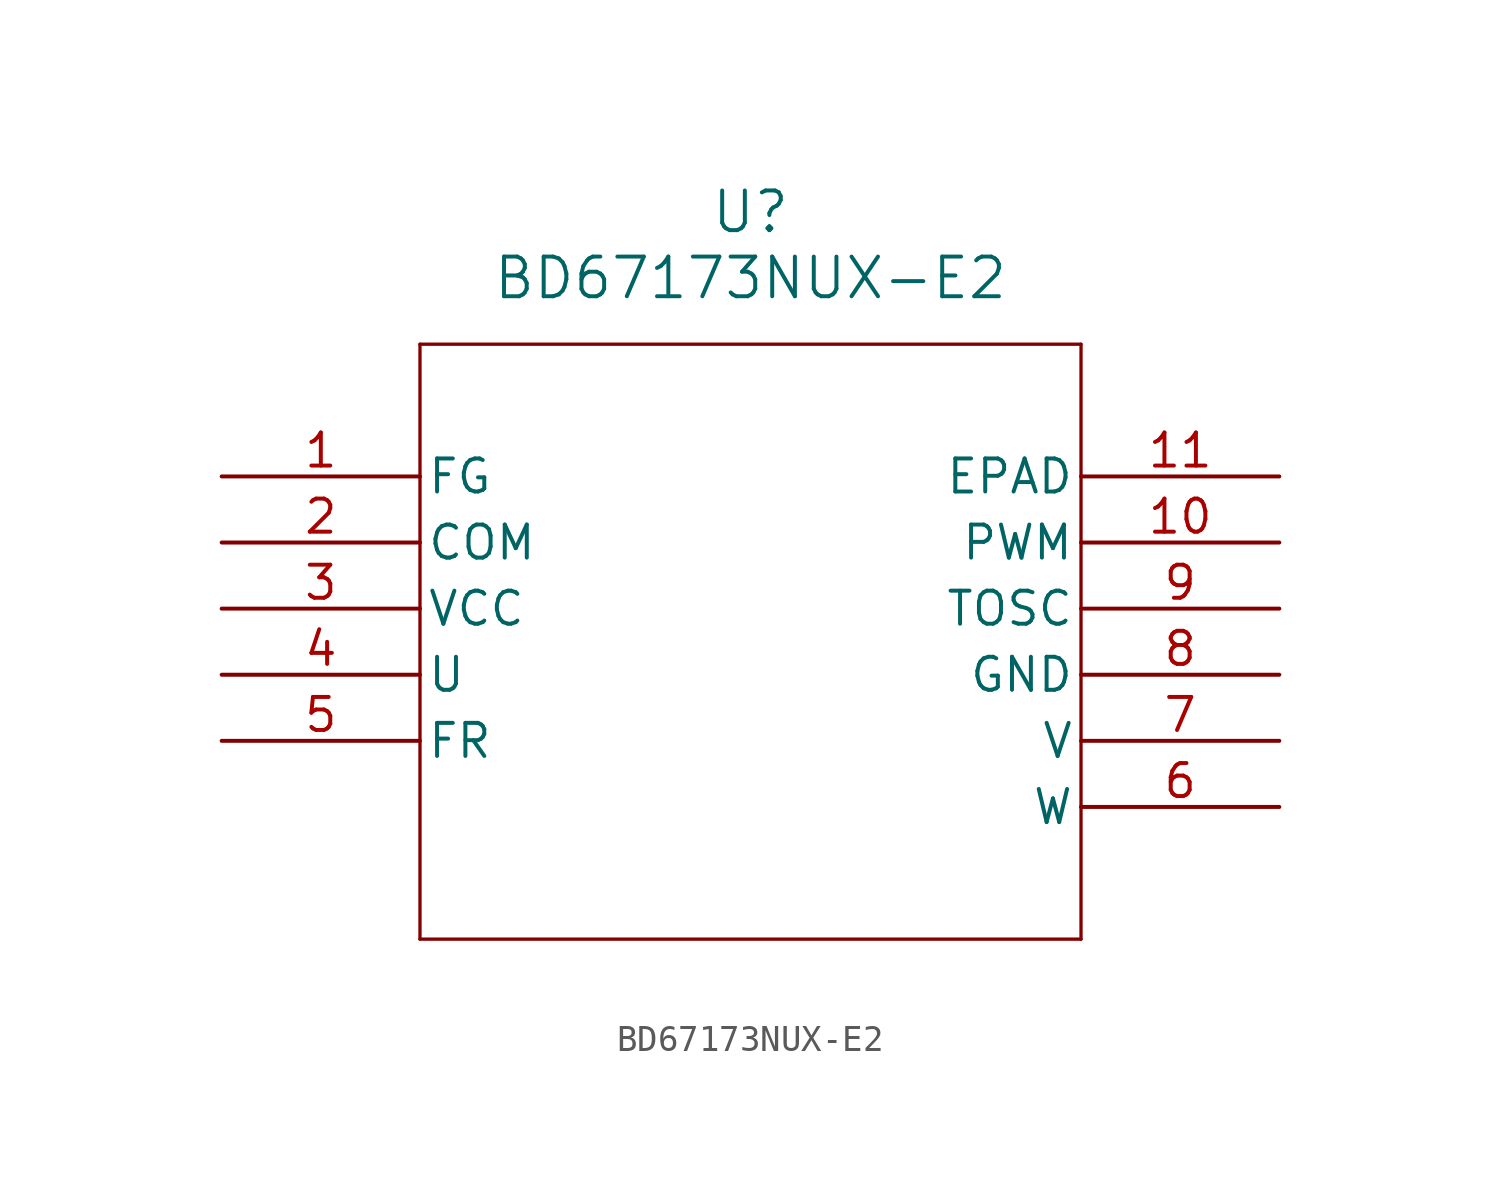
<source format=kicad_sym>
(kicad_symbol_lib
  (version 20211014)
  (generator kicad_symbol_editor)
  (symbol "BD67173NUX-E2"
    (pin_names
      (offset 0.254))
    (property "Reference" "U"
      (at 20.32 10.16 0)
      (effects (font (size 1.524 1.524))))
    (property "Value" "BD67173NUX-E2"
      (at 20.32 7.62 0)
      (effects (font (size 1.524 1.524))))
    (symbol "BD67173NUX-E2_0_1"
      (polyline (pts (xy 7.62 5.08) (xy 7.62 -17.78)) (stroke (width 0.127) (type default) (color 0 0 0 0)) (fill (type none)))
      (polyline (pts (xy 7.62 -17.78) (xy 33.02 -17.78)) (stroke (width 0.127) (type default) (color 0 0 0 0)) (fill (type none)))
      (polyline (pts (xy 33.02 -17.78) (xy 33.02 5.08)) (stroke (width 0.127) (type default) (color 0 0 0 0)) (fill (type none)))
      (polyline (pts (xy 33.02 5.08) (xy 7.62 5.08)) (stroke (width 0.127) (type default) (color 0 0 0 0)) (fill (type none)))
      (pin unspecified line (at 0 0 0) (length 7.62) (name "FG" (effects (font (size 1.27 1.27)))) (number "1" (effects (font (size 1.27 1.27)))))
      (pin unspecified line (at 0 -2.54 0) (length 7.62) (name "COM" (effects (font (size 1.27 1.27)))) (number "2" (effects (font (size 1.27 1.27)))))
      (pin power_in line (at 0 -5.08 0) (length 7.62) (name "VCC" (effects (font (size 1.27 1.27)))) (number "3" (effects (font (size 1.27 1.27)))))
      (pin unspecified line (at 0 -7.62 0) (length 7.62) (name "U" (effects (font (size 1.27 1.27)))) (number "4" (effects (font (size 1.27 1.27)))))
      (pin unspecified line (at 0 -10.16 0) (length 7.62) (name "FR" (effects (font (size 1.27 1.27)))) (number "5" (effects (font (size 1.27 1.27)))))
      (pin unspecified line (at 40.64 -12.7 180) (length 7.62) (name "W" (effects (font (size 1.27 1.27)))) (number "6" (effects (font (size 1.27 1.27)))))
      (pin unspecified line (at 40.64 -10.16 180) (length 7.62) (name "V" (effects (font (size 1.27 1.27)))) (number "7" (effects (font (size 1.27 1.27)))))
      (pin power_out line (at 40.64 -7.62 180) (length 7.62) (name "GND" (effects (font (size 1.27 1.27)))) (number "8" (effects (font (size 1.27 1.27)))))
      (pin unspecified line (at 40.64 -5.08 180) (length 7.62) (name "TOSC" (effects (font (size 1.27 1.27)))) (number "9" (effects (font (size 1.27 1.27)))))
      (pin unspecified line (at 40.64 -2.54 180) (length 7.62) (name "PWM" (effects (font (size 1.27 1.27)))) (number "10" (effects (font (size 1.27 1.27)))))
      (pin unspecified line (at 40.64 0 180) (length 7.62) (name "EPAD" (effects (font (size 1.27 1.27)))) (number "11" (effects (font (size 1.27 1.27))))))))
</source>
